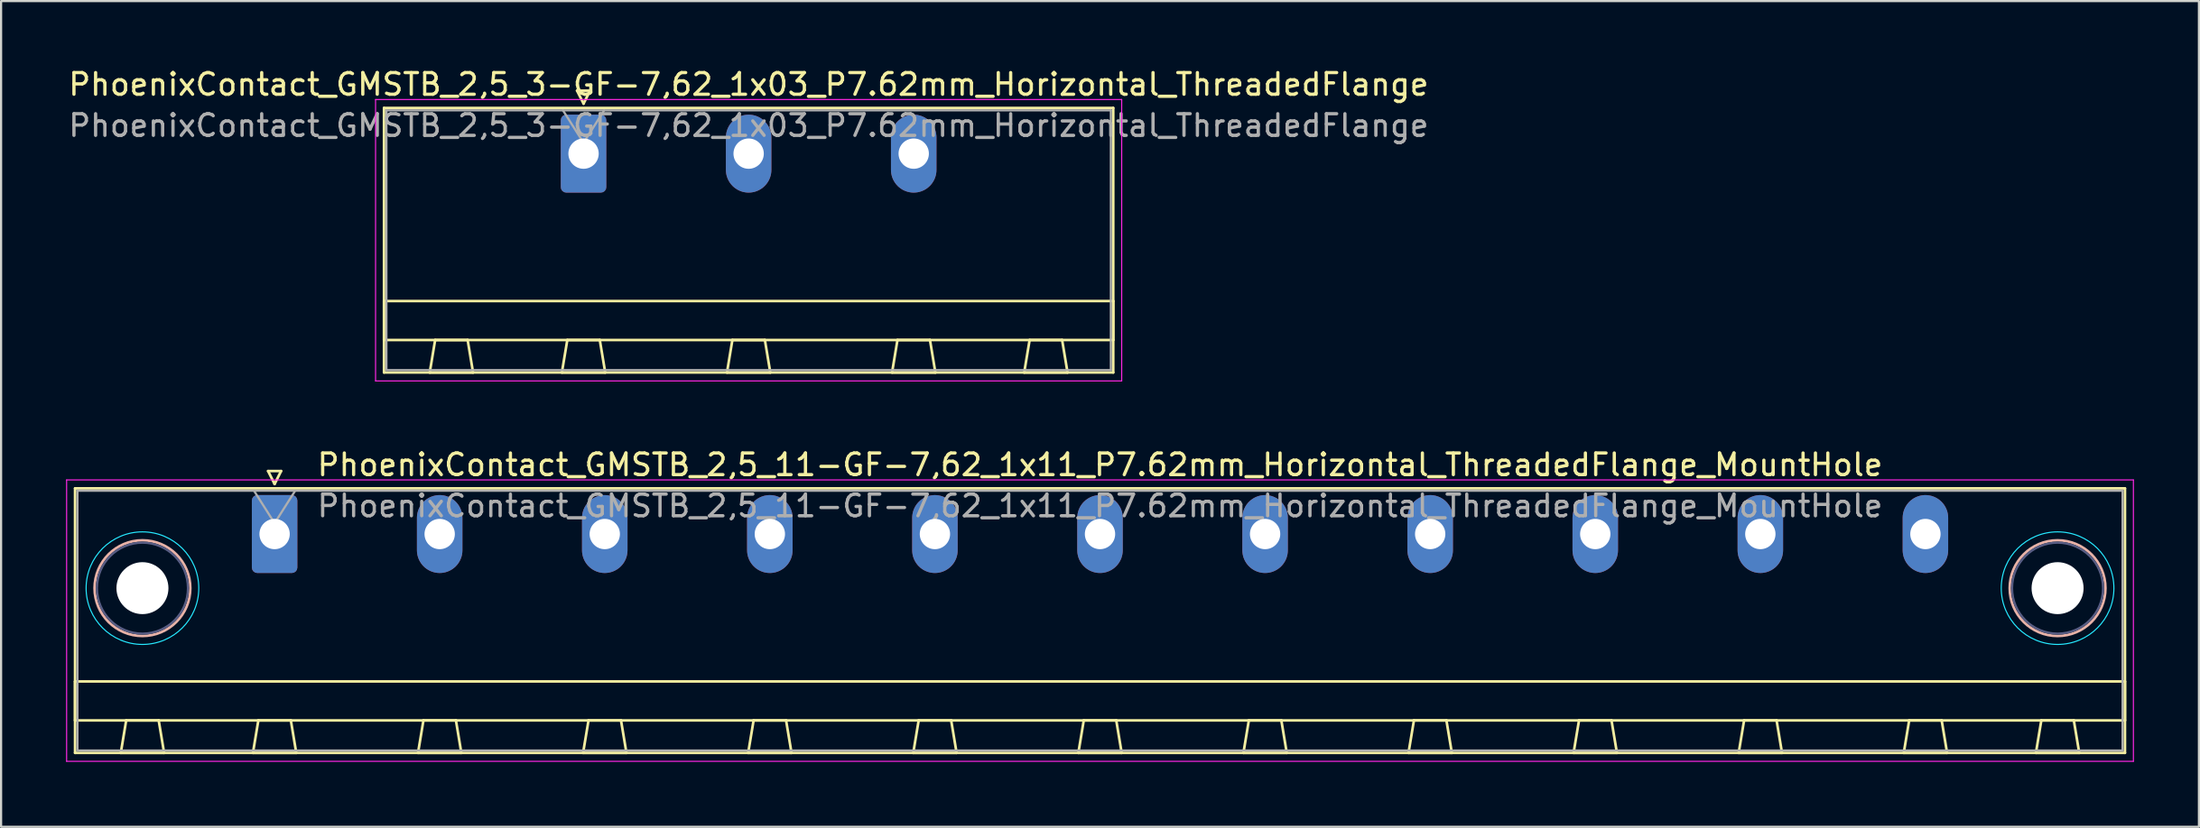
<source format=kicad_pcb>
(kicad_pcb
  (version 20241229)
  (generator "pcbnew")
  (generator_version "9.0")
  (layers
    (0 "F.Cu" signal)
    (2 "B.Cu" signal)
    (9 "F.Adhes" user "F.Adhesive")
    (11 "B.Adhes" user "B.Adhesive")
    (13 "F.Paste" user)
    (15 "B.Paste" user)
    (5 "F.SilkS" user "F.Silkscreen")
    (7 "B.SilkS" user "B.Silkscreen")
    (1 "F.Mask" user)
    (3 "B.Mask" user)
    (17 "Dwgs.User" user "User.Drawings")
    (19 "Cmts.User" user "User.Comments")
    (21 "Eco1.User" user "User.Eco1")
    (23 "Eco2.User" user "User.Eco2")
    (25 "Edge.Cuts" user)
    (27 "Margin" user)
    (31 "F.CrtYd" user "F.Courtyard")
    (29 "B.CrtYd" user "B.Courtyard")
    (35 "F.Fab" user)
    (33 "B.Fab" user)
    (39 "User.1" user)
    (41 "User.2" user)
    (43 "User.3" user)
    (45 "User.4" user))
  (footprint "PhoenixContact_GMSTB_2,5_3-GF-7,62_1x03_P7.62mm_Horizontal_ThreadedFlange"
    (layer "F.Cu")
    (at 23.886 4.048)
    (property "Reference" "PhoenixContact_GMSTB_2,5_3-GF-7,62_1x03_P7.62mm_Horizontal_ThreadedFlange" (at 7.62 -3.2 0) (layer "F.SilkS") (effects (font (size 1 1) (thickness 0.15))))
    (attr through_hole)
    (fp_line (start -9.21 -2.11) (end -9.21 10.11) (stroke (width 0.12) (type solid)) (layer "F.SilkS"))
    (fp_line (start -9.21 6.81) (end 24.45 6.81) (stroke (width 0.12) (type solid)) (layer "F.SilkS"))
    (fp_line (start -9.21 8.61) (end -9.21 6.81) (stroke (width 0.12) (type solid)) (layer "F.SilkS"))
    (fp_line (start -9.21 10.11) (end 24.45 10.11) (stroke (width 0.12) (type solid)) (layer "F.SilkS"))
    (fp_line (start -7.1 10.11) (end -5.1 10.11) (stroke (width 0.12) (type solid)) (layer "F.SilkS"))
    (fp_line (start -6.85 8.61) (end -7.1 10.11) (stroke (width 0.12) (type solid)) (layer "F.SilkS"))
    (fp_line (start -5.35 8.61) (end -6.85 8.61) (stroke (width 0.12) (type solid)) (layer "F.SilkS"))
    (fp_line (start -5.1 10.11) (end -5.35 8.61) (stroke (width 0.12) (type solid)) (layer "F.SilkS"))
    (fp_line (start -1 10.11) (end 1 10.11) (stroke (width 0.12) (type solid)) (layer "F.SilkS"))
    (fp_line (start -0.75 8.61) (end -1 10.11) (stroke (width 0.12) (type solid)) (layer "F.SilkS"))
    (fp_line (start -0.3 -2.91) (end 0.3 -2.91) (stroke (width 0.12) (type solid)) (layer "F.SilkS"))
    (fp_line (start 0 -2.31) (end -0.3 -2.91) (stroke (width 0.12) (type solid)) (layer "F.SilkS"))
    (fp_line (start 0.3 -2.91) (end 0 -2.31) (stroke (width 0.12) (type solid)) (layer "F.SilkS"))
    (fp_line (start 0.75 8.61) (end -0.75 8.61) (stroke (width 0.12) (type solid)) (layer "F.SilkS"))
    (fp_line (start 1 10.11) (end 0.75 8.61) (stroke (width 0.12) (type solid)) (layer "F.SilkS"))
    (fp_line (start 6.62 10.11) (end 8.62 10.11) (stroke (width 0.12) (type solid)) (layer "F.SilkS"))
    (fp_line (start 6.87 8.61) (end 6.62 10.11) (stroke (width 0.12) (type solid)) (layer "F.SilkS"))
    (fp_line (start 8.37 8.61) (end 6.87 8.61) (stroke (width 0.12) (type solid)) (layer "F.SilkS"))
    (fp_line (start 8.62 10.11) (end 8.37 8.61) (stroke (width 0.12) (type solid)) (layer "F.SilkS"))
    (fp_line (start 14.24 10.11) (end 16.24 10.11) (stroke (width 0.12) (type solid)) (layer "F.SilkS"))
    (fp_line (start 14.49 8.61) (end 14.24 10.11) (stroke (width 0.12) (type solid)) (layer "F.SilkS"))
    (fp_line (start 15.99 8.61) (end 14.49 8.61) (stroke (width 0.12) (type solid)) (layer "F.SilkS"))
    (fp_line (start 16.24 10.11) (end 15.99 8.61) (stroke (width 0.12) (type solid)) (layer "F.SilkS"))
    (fp_line (start 20.34 10.11) (end 22.34 10.11) (stroke (width 0.12) (type solid)) (layer "F.SilkS"))
    (fp_line (start 20.59 8.61) (end 20.34 10.11) (stroke (width 0.12) (type solid)) (layer "F.SilkS"))
    (fp_line (start 22.09 8.61) (end 20.59 8.61) (stroke (width 0.12) (type solid)) (layer "F.SilkS"))
    (fp_line (start 22.34 10.11) (end 22.09 8.61) (stroke (width 0.12) (type solid)) (layer "F.SilkS"))
    (fp_line (start 24.45 -2.11) (end -9.21 -2.11) (stroke (width 0.12) (type solid)) (layer "F.SilkS"))
    (fp_line (start 24.45 6.81) (end 24.45 8.61) (stroke (width 0.12) (type solid)) (layer "F.SilkS"))
    (fp_line (start 24.45 8.61) (end -9.21 8.61) (stroke (width 0.12) (type solid)) (layer "F.SilkS"))
    (fp_line (start 24.45 10.11) (end 24.45 -2.11) (stroke (width 0.12) (type solid)) (layer "F.SilkS"))
    (fp_line (start -9.6 -2.5) (end -9.6 10.5) (stroke (width 0.05) (type solid)) (layer "F.CrtYd"))
    (fp_line (start -9.6 10.5) (end 24.84 10.5) (stroke (width 0.05) (type solid)) (layer "F.CrtYd"))
    (fp_line (start 24.84 -2.5) (end -9.6 -2.5) (stroke (width 0.05) (type solid)) (layer "F.CrtYd"))
    (fp_line (start 24.84 10.5) (end 24.84 -2.5) (stroke (width 0.05) (type solid)) (layer "F.CrtYd"))
    (fp_line (start -9.1 -2) (end -9.1 10) (stroke (width 0.1) (type solid)) (layer "F.Fab"))
    (fp_line (start -9.1 10) (end 24.34 10) (stroke (width 0.1) (type solid)) (layer "F.Fab"))
    (fp_line (start 0 -0.5) (end -0.95 -2) (stroke (width 0.1) (type solid)) (layer "F.Fab"))
    (fp_line (start 0.95 -2) (end 0 -0.5) (stroke (width 0.1) (type solid)) (layer "F.Fab"))
    (fp_line (start 24.34 -2) (end -9.1 -2) (stroke (width 0.1) (type solid)) (layer "F.Fab"))
    (fp_line (start 24.34 10) (end 24.34 -2) (stroke (width 0.1) (type solid)) (layer "F.Fab"))
    (fp_text user "${REFERENCE}" (at 7.62 -1.3 0) (layer "F.Fab") (effects (font (size 1 1) (thickness 0.15))))
    (pad "1" thru_hole roundrect (at 0 0) (size 2.1 3.6) (drill 1.4) (layers "*.Cu" "*.Mask") (roundrect_rratio 0.119))
    (pad "2" thru_hole oval (at 7.62 0) (size 2.1 3.6) (drill 1.4) (layers "*.Cu" "*.Mask"))
    (pad "3" thru_hole oval (at 15.24 0) (size 2.1 3.6) (drill 1.4) (layers "*.Cu" "*.Mask")))
  (footprint "PhoenixContact_GMSTB_2,5_11-GF-7,62_1x11_P7.62mm_Horizontal_ThreadedFlange_MountHole"
    (layer "F.Cu")
    (at 9.625 21.622)
    (property "Reference" "PhoenixContact_GMSTB_2,5_11-GF-7,62_1x11_P7.62mm_Horizontal_ThreadedFlange_MountHole" (at 38.1 -3.2 0) (layer "F.SilkS") (effects (font (size 1 1) (thickness 0.15))))
    (attr through_hole)
    (fp_line (start -9.21 -2.11) (end -9.21 10.11) (stroke (width 0.12) (type solid)) (layer "F.SilkS"))
    (fp_line (start -9.21 6.81) (end 85.41 6.81) (stroke (width 0.12) (type solid)) (layer "F.SilkS"))
    (fp_line (start -9.21 8.61) (end -9.21 6.81) (stroke (width 0.12) (type solid)) (layer "F.SilkS"))
    (fp_line (start -9.21 10.11) (end 85.41 10.11) (stroke (width 0.12) (type solid)) (layer "F.SilkS"))
    (fp_line (start -7.1 10.11) (end -5.1 10.11) (stroke (width 0.12) (type solid)) (layer "F.SilkS"))
    (fp_line (start -6.85 8.61) (end -7.1 10.11) (stroke (width 0.12) (type solid)) (layer "F.SilkS"))
    (fp_line (start -5.35 8.61) (end -6.85 8.61) (stroke (width 0.12) (type solid)) (layer "F.SilkS"))
    (fp_line (start -5.1 10.11) (end -5.35 8.61) (stroke (width 0.12) (type solid)) (layer "F.SilkS"))
    (fp_line (start -1 10.11) (end 1 10.11) (stroke (width 0.12) (type solid)) (layer "F.SilkS"))
    (fp_line (start -0.75 8.61) (end -1 10.11) (stroke (width 0.12) (type solid)) (layer "F.SilkS"))
    (fp_line (start -0.3 -2.91) (end 0.3 -2.91) (stroke (width 0.12) (type solid)) (layer "F.SilkS"))
    (fp_line (start 0 -2.31) (end -0.3 -2.91) (stroke (width 0.12) (type solid)) (layer "F.SilkS"))
    (fp_line (start 0.3 -2.91) (end 0 -2.31) (stroke (width 0.12) (type solid)) (layer "F.SilkS"))
    (fp_line (start 0.75 8.61) (end -0.75 8.61) (stroke (width 0.12) (type solid)) (layer "F.SilkS"))
    (fp_line (start 1 10.11) (end 0.75 8.61) (stroke (width 0.12) (type solid)) (layer "F.SilkS"))
    (fp_line (start 6.62 10.11) (end 8.62 10.11) (stroke (width 0.12) (type solid)) (layer "F.SilkS"))
    (fp_line (start 6.87 8.61) (end 6.62 10.11) (stroke (width 0.12) (type solid)) (layer "F.SilkS"))
    (fp_line (start 8.37 8.61) (end 6.87 8.61) (stroke (width 0.12) (type solid)) (layer "F.SilkS"))
    (fp_line (start 8.62 10.11) (end 8.37 8.61) (stroke (width 0.12) (type solid)) (layer "F.SilkS"))
    (fp_line (start 14.24 10.11) (end 16.24 10.11) (stroke (width 0.12) (type solid)) (layer "F.SilkS"))
    (fp_line (start 14.49 8.61) (end 14.24 10.11) (stroke (width 0.12) (type solid)) (layer "F.SilkS"))
    (fp_line (start 15.99 8.61) (end 14.49 8.61) (stroke (width 0.12) (type solid)) (layer "F.SilkS"))
    (fp_line (start 16.24 10.11) (end 15.99 8.61) (stroke (width 0.12) (type solid)) (layer "F.SilkS"))
    (fp_line (start 21.86 10.11) (end 23.86 10.11) (stroke (width 0.12) (type solid)) (layer "F.SilkS"))
    (fp_line (start 22.11 8.61) (end 21.86 10.11) (stroke (width 0.12) (type solid)) (layer "F.SilkS"))
    (fp_line (start 23.61 8.61) (end 22.11 8.61) (stroke (width 0.12) (type solid)) (layer "F.SilkS"))
    (fp_line (start 23.86 10.11) (end 23.61 8.61) (stroke (width 0.12) (type solid)) (layer "F.SilkS"))
    (fp_line (start 29.48 10.11) (end 31.48 10.11) (stroke (width 0.12) (type solid)) (layer "F.SilkS"))
    (fp_line (start 29.73 8.61) (end 29.48 10.11) (stroke (width 0.12) (type solid)) (layer "F.SilkS"))
    (fp_line (start 31.23 8.61) (end 29.73 8.61) (stroke (width 0.12) (type solid)) (layer "F.SilkS"))
    (fp_line (start 31.48 10.11) (end 31.23 8.61) (stroke (width 0.12) (type solid)) (layer "F.SilkS"))
    (fp_line (start 37.1 10.11) (end 39.1 10.11) (stroke (width 0.12) (type solid)) (layer "F.SilkS"))
    (fp_line (start 37.35 8.61) (end 37.1 10.11) (stroke (width 0.12) (type solid)) (layer "F.SilkS"))
    (fp_line (start 38.85 8.61) (end 37.35 8.61) (stroke (width 0.12) (type solid)) (layer "F.SilkS"))
    (fp_line (start 39.1 10.11) (end 38.85 8.61) (stroke (width 0.12) (type solid)) (layer "F.SilkS"))
    (fp_line (start 44.72 10.11) (end 46.72 10.11) (stroke (width 0.12) (type solid)) (layer "F.SilkS"))
    (fp_line (start 44.97 8.61) (end 44.72 10.11) (stroke (width 0.12) (type solid)) (layer "F.SilkS"))
    (fp_line (start 46.47 8.61) (end 44.97 8.61) (stroke (width 0.12) (type solid)) (layer "F.SilkS"))
    (fp_line (start 46.72 10.11) (end 46.47 8.61) (stroke (width 0.12) (type solid)) (layer "F.SilkS"))
    (fp_line (start 52.34 10.11) (end 54.34 10.11) (stroke (width 0.12) (type solid)) (layer "F.SilkS"))
    (fp_line (start 52.59 8.61) (end 52.34 10.11) (stroke (width 0.12) (type solid)) (layer "F.SilkS"))
    (fp_line (start 54.09 8.61) (end 52.59 8.61) (stroke (width 0.12) (type solid)) (layer "F.SilkS"))
    (fp_line (start 54.34 10.11) (end 54.09 8.61) (stroke (width 0.12) (type solid)) (layer "F.SilkS"))
    (fp_line (start 59.96 10.11) (end 61.96 10.11) (stroke (width 0.12) (type solid)) (layer "F.SilkS"))
    (fp_line (start 60.21 8.61) (end 59.96 10.11) (stroke (width 0.12) (type solid)) (layer "F.SilkS"))
    (fp_line (start 61.71 8.61) (end 60.21 8.61) (stroke (width 0.12) (type solid)) (layer "F.SilkS"))
    (fp_line (start 61.96 10.11) (end 61.71 8.61) (stroke (width 0.12) (type solid)) (layer "F.SilkS"))
    (fp_line (start 67.58 10.11) (end 69.58 10.11) (stroke (width 0.12) (type solid)) (layer "F.SilkS"))
    (fp_line (start 67.83 8.61) (end 67.58 10.11) (stroke (width 0.12) (type solid)) (layer "F.SilkS"))
    (fp_line (start 69.33 8.61) (end 67.83 8.61) (stroke (width 0.12) (type solid)) (layer "F.SilkS"))
    (fp_line (start 69.58 10.11) (end 69.33 8.61) (stroke (width 0.12) (type solid)) (layer "F.SilkS"))
    (fp_line (start 75.2 10.11) (end 77.2 10.11) (stroke (width 0.12) (type solid)) (layer "F.SilkS"))
    (fp_line (start 75.45 8.61) (end 75.2 10.11) (stroke (width 0.12) (type solid)) (layer "F.SilkS"))
    (fp_line (start 76.95 8.61) (end 75.45 8.61) (stroke (width 0.12) (type solid)) (layer "F.SilkS"))
    (fp_line (start 77.2 10.11) (end 76.95 8.61) (stroke (width 0.12) (type solid)) (layer "F.SilkS"))
    (fp_line (start 81.3 10.11) (end 83.3 10.11) (stroke (width 0.12) (type solid)) (layer "F.SilkS"))
    (fp_line (start 81.55 8.61) (end 81.3 10.11) (stroke (width 0.12) (type solid)) (layer "F.SilkS"))
    (fp_line (start 83.05 8.61) (end 81.55 8.61) (stroke (width 0.12) (type solid)) (layer "F.SilkS"))
    (fp_line (start 83.3 10.11) (end 83.05 8.61) (stroke (width 0.12) (type solid)) (layer "F.SilkS"))
    (fp_line (start 85.41 -2.11) (end -9.21 -2.11) (stroke (width 0.12) (type solid)) (layer "F.SilkS"))
    (fp_line (start 85.41 6.81) (end 85.41 8.61) (stroke (width 0.12) (type solid)) (layer "F.SilkS"))
    (fp_line (start 85.41 8.61) (end -9.21 8.61) (stroke (width 0.12) (type solid)) (layer "F.SilkS"))
    (fp_line (start 85.41 10.11) (end 85.41 -2.11) (stroke (width 0.12) (type solid)) (layer "F.SilkS"))
    (fp_circle (center -6.1 2.5) (end -3.89 2.5) (stroke (width 0.12) (type solid)) (fill no) (layer "B.SilkS"))
    (fp_circle (center 82.3 2.5) (end 84.51 2.5) (stroke (width 0.12) (type solid)) (fill no) (layer "B.SilkS"))
    (fp_circle (center -6.1 2.5) (end -3.5 2.5) (stroke (width 0.05) (type solid)) (fill no) (layer "B.CrtYd"))
    (fp_circle (center 82.3 2.5) (end 84.9 2.5) (stroke (width 0.05) (type solid)) (fill no) (layer "B.CrtYd"))
    (fp_line (start -9.6 -2.5) (end -9.6 10.5) (stroke (width 0.05) (type solid)) (layer "F.CrtYd"))
    (fp_line (start -9.6 10.5) (end 85.8 10.5) (stroke (width 0.05) (type solid)) (layer "F.CrtYd"))
    (fp_line (start 85.8 -2.5) (end -9.6 -2.5) (stroke (width 0.05) (type solid)) (layer "F.CrtYd"))
    (fp_line (start 85.8 10.5) (end 85.8 -2.5) (stroke (width 0.05) (type solid)) (layer "F.CrtYd"))
    (fp_circle (center -6.1 2.5) (end -4 2.5) (stroke (width 0.1) (type solid)) (fill no) (layer "B.Fab"))
    (fp_circle (center 82.3 2.5) (end 84.4 2.5) (stroke (width 0.1) (type solid)) (fill no) (layer "B.Fab"))
    (fp_line (start -9.1 -2) (end -9.1 10) (stroke (width 0.1) (type solid)) (layer "F.Fab"))
    (fp_line (start -9.1 10) (end 85.3 10) (stroke (width 0.1) (type solid)) (layer "F.Fab"))
    (fp_line (start 0 -0.5) (end -0.95 -2) (stroke (width 0.1) (type solid)) (layer "F.Fab"))
    (fp_line (start 0.95 -2) (end 0 -0.5) (stroke (width 0.1) (type solid)) (layer "F.Fab"))
    (fp_line (start 85.3 -2) (end -9.1 -2) (stroke (width 0.1) (type solid)) (layer "F.Fab"))
    (fp_line (start 85.3 10) (end 85.3 -2) (stroke (width 0.1) (type solid)) (layer "F.Fab"))
    (fp_text user "${REFERENCE}" (at 38.1 -1.3 0) (layer "F.Fab") (effects (font (size 1 1) (thickness 0.15))))
    (pad "" np_thru_hole circle (at -6.1 2.5) (size 2.4 2.4) (drill 2.4) (layers "*.Cu" "*.Mask"))
    (pad "" np_thru_hole circle (at 82.3 2.5) (size 2.4 2.4) (drill 2.4) (layers "*.Cu" "*.Mask"))
    (pad "1" thru_hole roundrect (at 0 0) (size 2.1 3.6) (drill 1.4) (layers "*.Cu" "*.Mask") (roundrect_rratio 0.119))
    (pad "2" thru_hole oval (at 7.62 0) (size 2.1 3.6) (drill 1.4) (layers "*.Cu" "*.Mask"))
    (pad "3" thru_hole oval (at 15.24 0) (size 2.1 3.6) (drill 1.4) (layers "*.Cu" "*.Mask"))
    (pad "4" thru_hole oval (at 22.86 0) (size 2.1 3.6) (drill 1.4) (layers "*.Cu" "*.Mask"))
    (pad "5" thru_hole oval (at 30.48 0) (size 2.1 3.6) (drill 1.4) (layers "*.Cu" "*.Mask"))
    (pad "6" thru_hole oval (at 38.1 0) (size 2.1 3.6) (drill 1.4) (layers "*.Cu" "*.Mask"))
    (pad "7" thru_hole oval (at 45.72 0) (size 2.1 3.6) (drill 1.4) (layers "*.Cu" "*.Mask"))
    (pad "8" thru_hole oval (at 53.34 0) (size 2.1 3.6) (drill 1.4) (layers "*.Cu" "*.Mask"))
    (pad "9" thru_hole oval (at 60.96 0) (size 2.1 3.6) (drill 1.4) (layers "*.Cu" "*.Mask"))
    (pad "10" thru_hole oval (at 68.58 0) (size 2.1 3.6) (drill 1.4) (layers "*.Cu" "*.Mask"))
    (pad "11" thru_hole oval (at 76.2 0) (size 2.1 3.6) (drill 1.4) (layers "*.Cu" "*.Mask")))
  (gr_rect
    (start -3 -3)
    (end 98.45 35.147)
    (stroke (width 0.1) (type default))
    (fill no)
    (layer "Edge.Cuts")))
</source>
